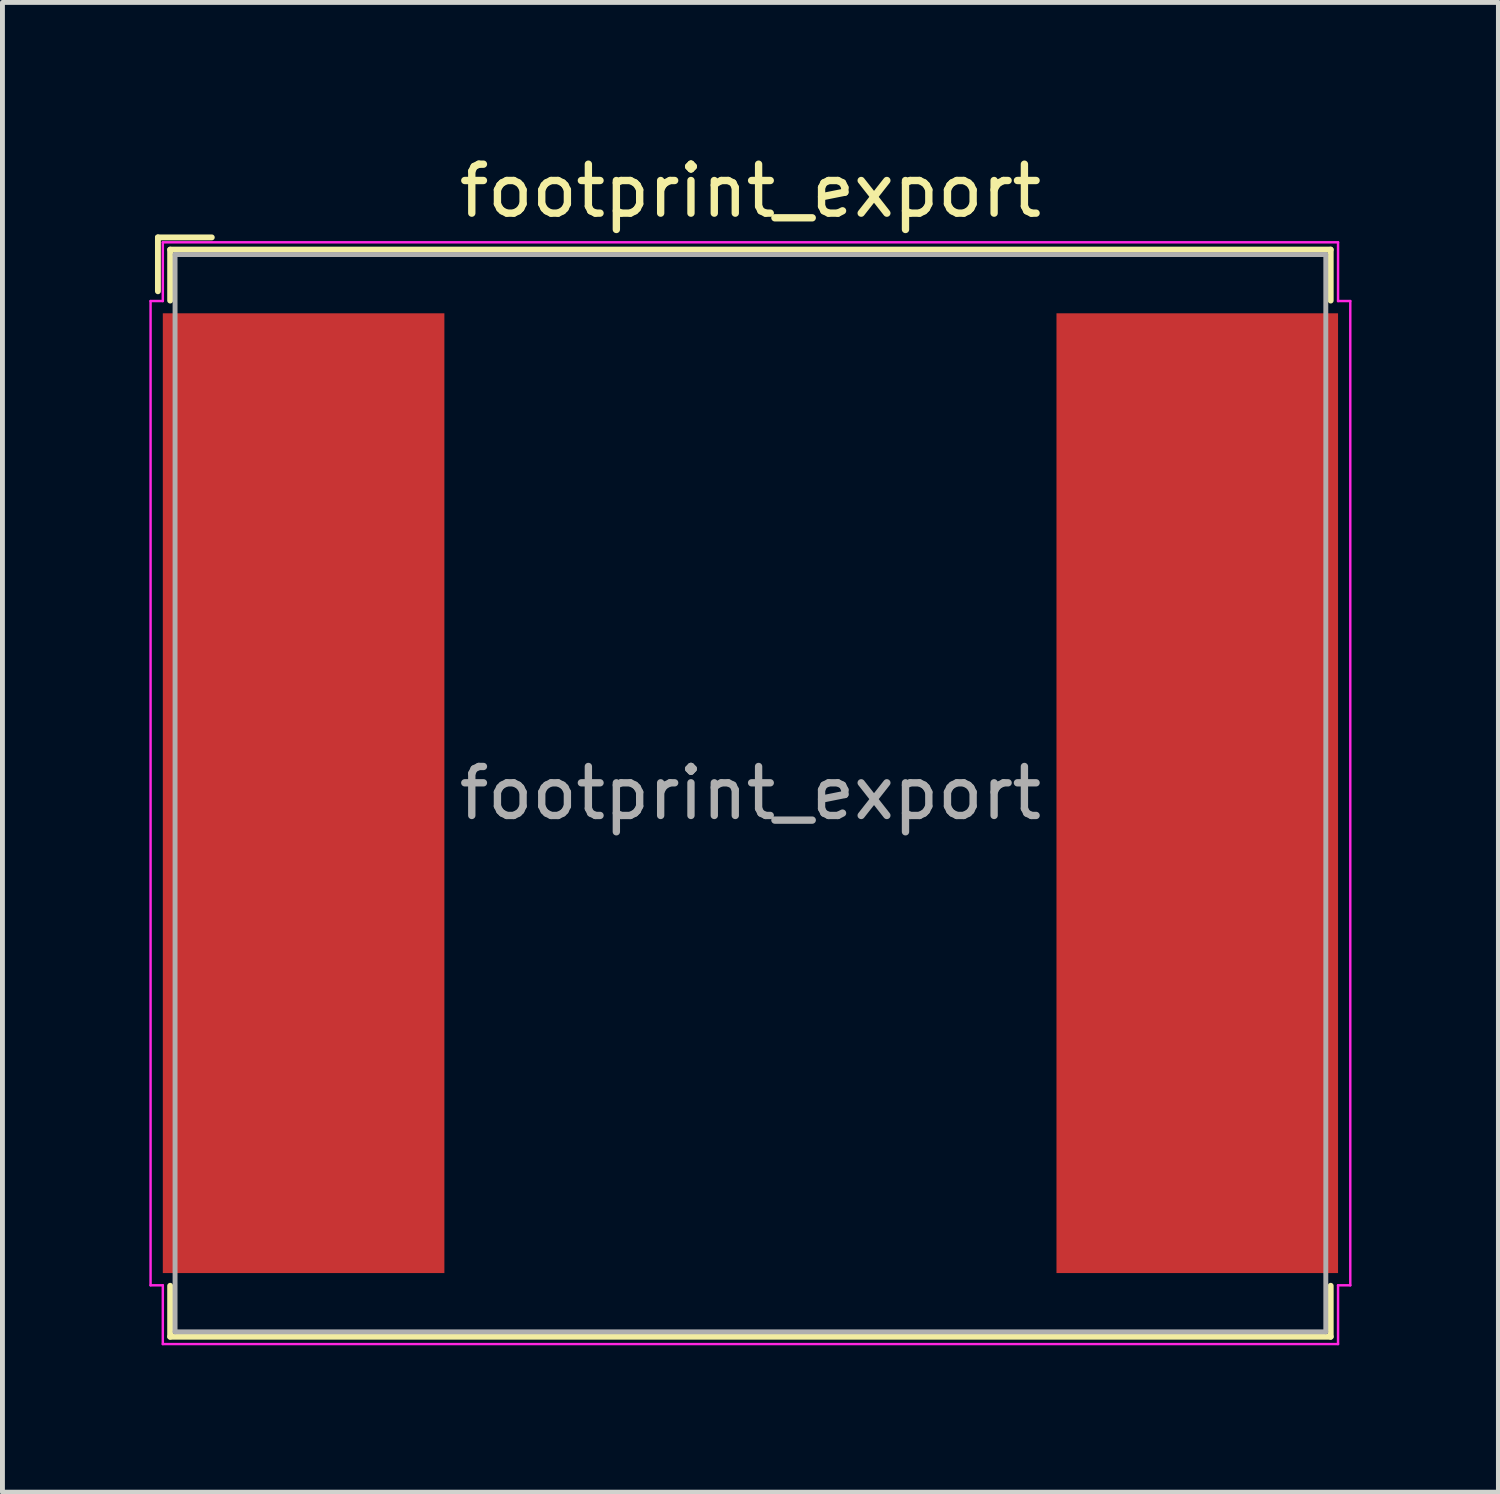
<source format=kicad_pcb>
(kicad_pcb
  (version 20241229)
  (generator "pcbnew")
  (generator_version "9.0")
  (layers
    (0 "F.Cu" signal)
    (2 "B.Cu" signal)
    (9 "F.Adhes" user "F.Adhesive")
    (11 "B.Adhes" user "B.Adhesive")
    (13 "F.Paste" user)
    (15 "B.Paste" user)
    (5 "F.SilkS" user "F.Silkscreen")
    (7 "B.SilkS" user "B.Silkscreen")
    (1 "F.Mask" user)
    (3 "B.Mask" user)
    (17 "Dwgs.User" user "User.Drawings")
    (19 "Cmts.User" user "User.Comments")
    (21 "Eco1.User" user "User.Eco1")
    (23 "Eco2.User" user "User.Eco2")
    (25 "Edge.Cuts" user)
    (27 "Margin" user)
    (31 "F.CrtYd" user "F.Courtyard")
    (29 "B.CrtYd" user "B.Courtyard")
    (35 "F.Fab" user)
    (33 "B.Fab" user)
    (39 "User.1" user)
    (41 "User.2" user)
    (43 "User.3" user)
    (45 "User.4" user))
  (footprint "footprint_export"
    (layer "F.Cu")
    (at 12.275 13.148)
    (property "Reference" "footprint_export" (at 0 -12.3 0) (layer "F.SilkS") (effects (font (size 1 1) (thickness 0.15))))
    (attr smd)
    (fp_line (start -12.1 -11.35) (end -11 -11.35) (stroke (width 0.12) (type solid)) (layer "F.SilkS"))
    (fp_line (start -12.1 -10.25) (end -12.1 -11.35) (stroke (width 0.12) (type solid)) (layer "F.SilkS"))
    (fp_line (start -11.85 -11.1) (end -11.85 -10.06) (stroke (width 0.12) (type solid)) (layer "F.SilkS"))
    (fp_line (start -11.85 -11.1) (end 11.85 -11.1) (stroke (width 0.12) (type solid)) (layer "F.SilkS"))
    (fp_line (start -11.85 10.06) (end -11.85 11.1) (stroke (width 0.12) (type solid)) (layer "F.SilkS"))
    (fp_line (start -11.85 11.1) (end 11.85 11.1) (stroke (width 0.12) (type solid)) (layer "F.SilkS"))
    (fp_line (start 11.85 -11.1) (end 11.85 -10.06) (stroke (width 0.12) (type solid)) (layer "F.SilkS"))
    (fp_line (start 11.85 10.06) (end 11.85 11.1) (stroke (width 0.12) (type solid)) (layer "F.SilkS"))
    (fp_line (start -12.25 10.05) (end -12.25 -10.05) (stroke (width 0.05) (type solid)) (layer "F.CrtYd"))
    (fp_line (start -12 -11.25) (end -12 -10.05) (stroke (width 0.05) (type solid)) (layer "F.CrtYd"))
    (fp_line (start -12 -11.25) (end 12 -11.25) (stroke (width 0.05) (type solid)) (layer "F.CrtYd"))
    (fp_line (start -12 -10.05) (end -12.25 -10.05) (stroke (width 0.05) (type solid)) (layer "F.CrtYd"))
    (fp_line (start -12 10.05) (end -12.25 10.05) (stroke (width 0.05) (type solid)) (layer "F.CrtYd"))
    (fp_line (start -12 10.05) (end -12 11.25) (stroke (width 0.05) (type solid)) (layer "F.CrtYd"))
    (fp_line (start 12 -11.25) (end 12 -10.05) (stroke (width 0.05) (type solid)) (layer "F.CrtYd"))
    (fp_line (start 12 -10.05) (end 12.25 -10.05) (stroke (width 0.05) (type solid)) (layer "F.CrtYd"))
    (fp_line (start 12 10.05) (end 12 11.25) (stroke (width 0.05) (type solid)) (layer "F.CrtYd"))
    (fp_line (start 12 11.25) (end -12 11.25) (stroke (width 0.05) (type solid)) (layer "F.CrtYd"))
    (fp_line (start 12.25 -10.05) (end 12.25 10.05) (stroke (width 0.05) (type solid)) (layer "F.CrtYd"))
    (fp_line (start 12.25 10.05) (end 12 10.05) (stroke (width 0.05) (type solid)) (layer "F.CrtYd"))
    (fp_line (start -11.75 -11) (end 11.75 -11) (stroke (width 0.1) (type solid)) (layer "F.Fab"))
    (fp_line (start -11.75 11) (end -11.75 -11) (stroke (width 0.1) (type solid)) (layer "F.Fab"))
    (fp_line (start -11.75 11) (end 11.75 11) (stroke (width 0.1) (type solid)) (layer "F.Fab"))
    (fp_line (start 11.75 -11) (end 11.75 11) (stroke (width 0.1) (type solid)) (layer "F.Fab"))
    (fp_text user "${REFERENCE}" (at 0 0 0) (layer "F.Fab") (effects (font (size 1 1) (thickness 0.15))))
    (pad "1" smd rect (at -9.125 0 90) (size 19.6 5.75) (layers "F.Cu" "F.Mask" "F.Paste"))
    (pad "2" smd rect (at 9.125 0 90) (size 19.6 5.75) (layers "F.Cu" "F.Mask" "F.Paste")))
  (gr_rect
    (start -3 -3)
    (end 27.55 27.423)
    (stroke (width 0.1) (type default))
    (fill no)
    (layer "Edge.Cuts")))
</source>
